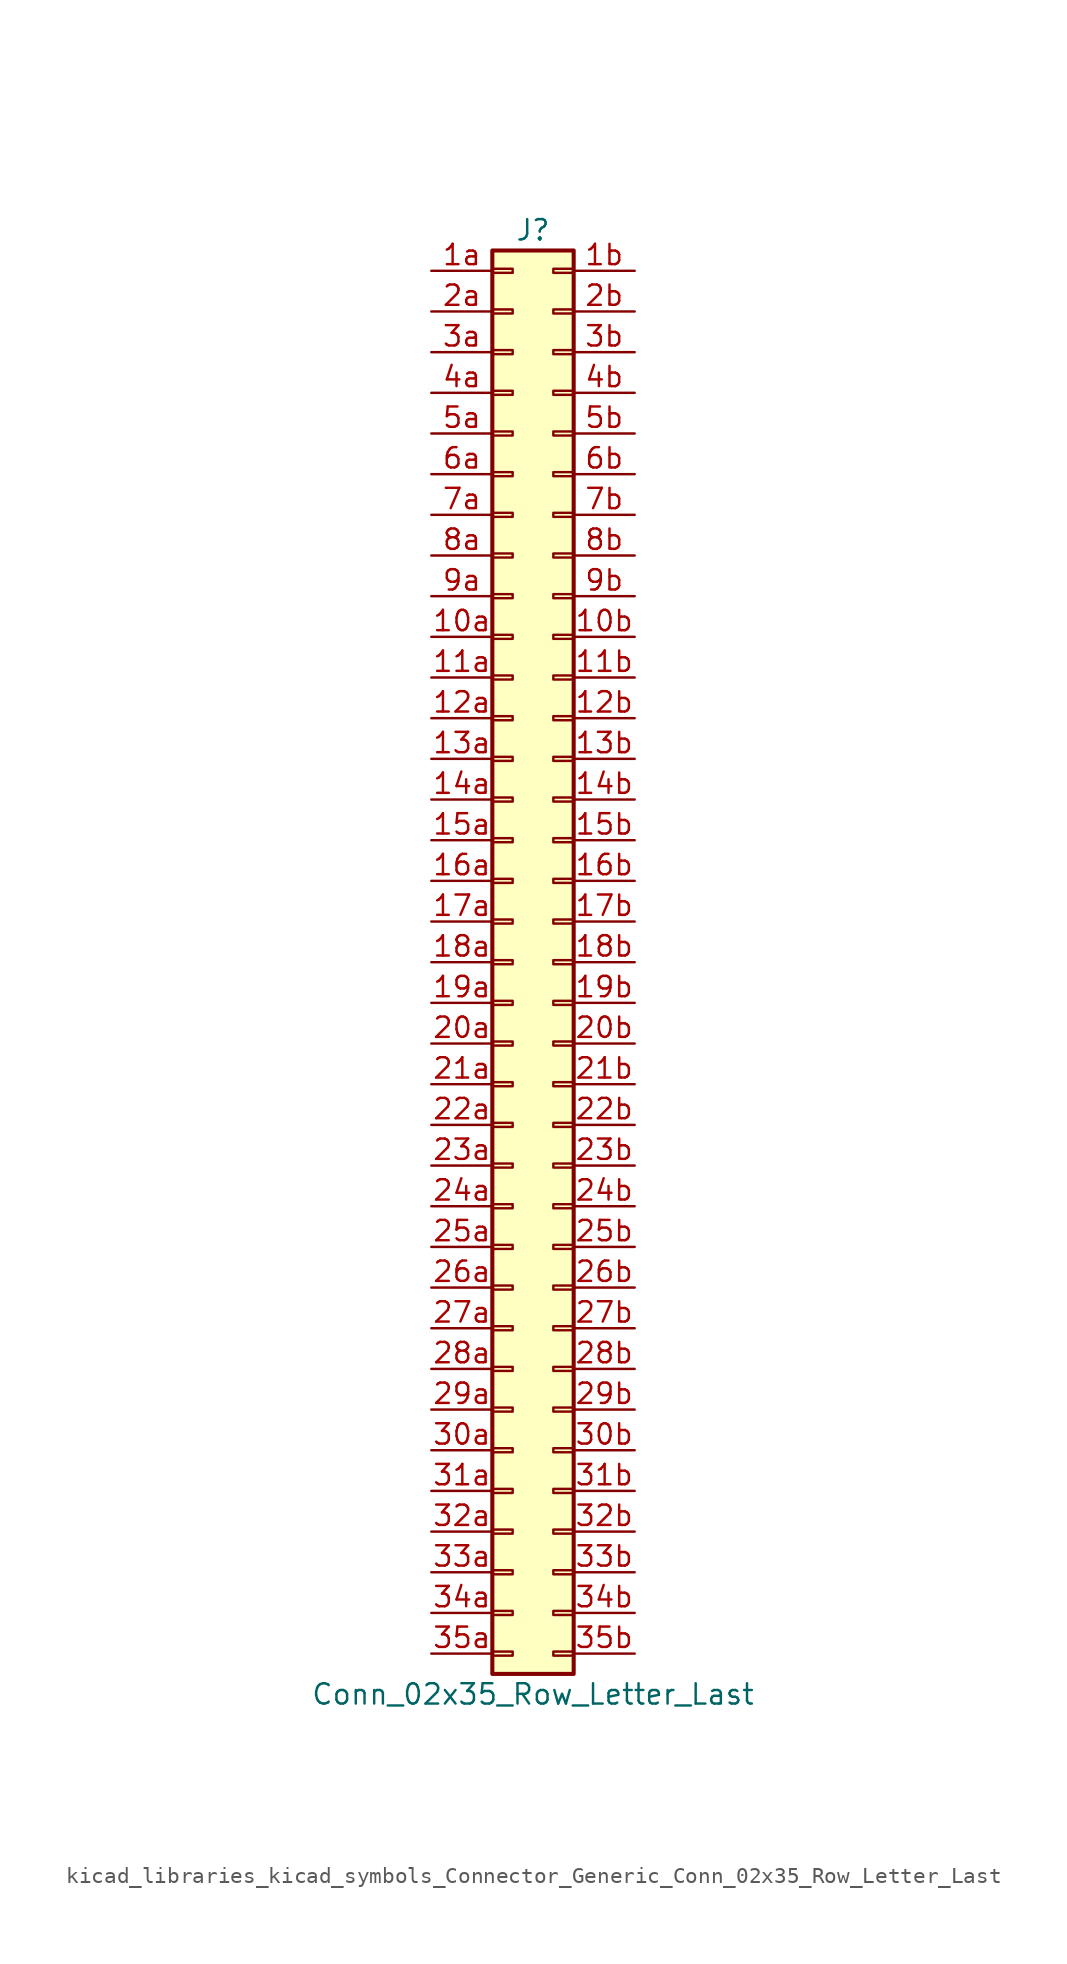
<source format=kicad_sym>
(kicad_symbol_lib
  (version 20220914)
  (generator kicad_symbol_editor)
  (symbol "kicad_libraries_kicad_symbols_Connector_Generic_Conn_02x35_Row_Letter_Last"
    (pin_names
      (offset 1.016) hide)
    (property "Reference" "J"
      (at 1.27 45.72 0)
      (effects (font (size 1.27 1.27))))
    (property "Value" "Conn_02x35_Row_Letter_Last"
      (at 1.27 -45.72 0)
      (effects (font (size 1.27 1.27))))
    (symbol "kicad_libraries_kicad_symbols_Connector_Generic_Conn_02x35_Row_Letter_Last_1_1"
      (rectangle (start -1.27 -43.053) (end 0 -43.307) (stroke (width 0.152) (type default)) (fill (type none)))
      (rectangle (start -1.27 -40.513) (end 0 -40.767) (stroke (width 0.152) (type default)) (fill (type none)))
      (rectangle (start -1.27 -37.973) (end 0 -38.227) (stroke (width 0.152) (type default)) (fill (type none)))
      (rectangle (start -1.27 -35.433) (end 0 -35.687) (stroke (width 0.152) (type default)) (fill (type none)))
      (rectangle (start -1.27 -32.893) (end 0 -33.147) (stroke (width 0.152) (type default)) (fill (type none)))
      (rectangle (start -1.27 -30.353) (end 0 -30.607) (stroke (width 0.152) (type default)) (fill (type none)))
      (rectangle (start -1.27 -27.813) (end 0 -28.067) (stroke (width 0.152) (type default)) (fill (type none)))
      (rectangle (start -1.27 -25.273) (end 0 -25.527) (stroke (width 0.152) (type default)) (fill (type none)))
      (rectangle (start -1.27 -22.733) (end 0 -22.987) (stroke (width 0.152) (type default)) (fill (type none)))
      (rectangle (start -1.27 -20.193) (end 0 -20.447) (stroke (width 0.152) (type default)) (fill (type none)))
      (rectangle (start -1.27 -17.653) (end 0 -17.907) (stroke (width 0.152) (type default)) (fill (type none)))
      (rectangle (start -1.27 -15.113) (end 0 -15.367) (stroke (width 0.152) (type default)) (fill (type none)))
      (rectangle (start -1.27 -12.573) (end 0 -12.827) (stroke (width 0.152) (type default)) (fill (type none)))
      (rectangle (start -1.27 -10.033) (end 0 -10.287) (stroke (width 0.152) (type default)) (fill (type none)))
      (rectangle (start -1.27 -7.493) (end 0 -7.747) (stroke (width 0.152) (type default)) (fill (type none)))
      (rectangle (start -1.27 -4.953) (end 0 -5.207) (stroke (width 0.152) (type default)) (fill (type none)))
      (rectangle (start -1.27 -2.413) (end 0 -2.667) (stroke (width 0.152) (type default)) (fill (type none)))
      (rectangle (start -1.27 0.127) (end 0 -0.127) (stroke (width 0.152) (type default)) (fill (type none)))
      (rectangle (start -1.27 2.667) (end 0 2.413) (stroke (width 0.152) (type default)) (fill (type none)))
      (rectangle (start -1.27 5.207) (end 0 4.953) (stroke (width 0.152) (type default)) (fill (type none)))
      (rectangle (start -1.27 7.747) (end 0 7.493) (stroke (width 0.152) (type default)) (fill (type none)))
      (rectangle (start -1.27 10.287) (end 0 10.033) (stroke (width 0.152) (type default)) (fill (type none)))
      (rectangle (start -1.27 12.827) (end 0 12.573) (stroke (width 0.152) (type default)) (fill (type none)))
      (rectangle (start -1.27 15.367) (end 0 15.113) (stroke (width 0.152) (type default)) (fill (type none)))
      (rectangle (start -1.27 17.907) (end 0 17.653) (stroke (width 0.152) (type default)) (fill (type none)))
      (rectangle (start -1.27 20.447) (end 0 20.193) (stroke (width 0.152) (type default)) (fill (type none)))
      (rectangle (start -1.27 22.987) (end 0 22.733) (stroke (width 0.152) (type default)) (fill (type none)))
      (rectangle (start -1.27 25.527) (end 0 25.273) (stroke (width 0.152) (type default)) (fill (type none)))
      (rectangle (start -1.27 28.067) (end 0 27.813) (stroke (width 0.152) (type default)) (fill (type none)))
      (rectangle (start -1.27 30.607) (end 0 30.353) (stroke (width 0.152) (type default)) (fill (type none)))
      (rectangle (start -1.27 33.147) (end 0 32.893) (stroke (width 0.152) (type default)) (fill (type none)))
      (rectangle (start -1.27 35.687) (end 0 35.433) (stroke (width 0.152) (type default)) (fill (type none)))
      (rectangle (start -1.27 38.227) (end 0 37.973) (stroke (width 0.152) (type default)) (fill (type none)))
      (rectangle (start -1.27 40.767) (end 0 40.513) (stroke (width 0.152) (type default)) (fill (type none)))
      (rectangle (start -1.27 43.307) (end 0 43.053) (stroke (width 0.152) (type default)) (fill (type none)))
      (rectangle (start -1.27 44.45) (end 3.81 -44.45) (stroke (width 0.254) (type default)) (fill (type background)))
      (rectangle (start 3.81 -43.053) (end 2.54 -43.307) (stroke (width 0.152) (type default)) (fill (type none)))
      (rectangle (start 3.81 -40.513) (end 2.54 -40.767) (stroke (width 0.152) (type default)) (fill (type none)))
      (rectangle (start 3.81 -37.973) (end 2.54 -38.227) (stroke (width 0.152) (type default)) (fill (type none)))
      (rectangle (start 3.81 -35.433) (end 2.54 -35.687) (stroke (width 0.152) (type default)) (fill (type none)))
      (rectangle (start 3.81 -32.893) (end 2.54 -33.147) (stroke (width 0.152) (type default)) (fill (type none)))
      (rectangle (start 3.81 -30.353) (end 2.54 -30.607) (stroke (width 0.152) (type default)) (fill (type none)))
      (rectangle (start 3.81 -27.813) (end 2.54 -28.067) (stroke (width 0.152) (type default)) (fill (type none)))
      (rectangle (start 3.81 -25.273) (end 2.54 -25.527) (stroke (width 0.152) (type default)) (fill (type none)))
      (rectangle (start 3.81 -22.733) (end 2.54 -22.987) (stroke (width 0.152) (type default)) (fill (type none)))
      (rectangle (start 3.81 -20.193) (end 2.54 -20.447) (stroke (width 0.152) (type default)) (fill (type none)))
      (rectangle (start 3.81 -17.653) (end 2.54 -17.907) (stroke (width 0.152) (type default)) (fill (type none)))
      (rectangle (start 3.81 -15.113) (end 2.54 -15.367) (stroke (width 0.152) (type default)) (fill (type none)))
      (rectangle (start 3.81 -12.573) (end 2.54 -12.827) (stroke (width 0.152) (type default)) (fill (type none)))
      (rectangle (start 3.81 -10.033) (end 2.54 -10.287) (stroke (width 0.152) (type default)) (fill (type none)))
      (rectangle (start 3.81 -7.493) (end 2.54 -7.747) (stroke (width 0.152) (type default)) (fill (type none)))
      (rectangle (start 3.81 -4.953) (end 2.54 -5.207) (stroke (width 0.152) (type default)) (fill (type none)))
      (rectangle (start 3.81 -2.413) (end 2.54 -2.667) (stroke (width 0.152) (type default)) (fill (type none)))
      (rectangle (start 3.81 0.127) (end 2.54 -0.127) (stroke (width 0.152) (type default)) (fill (type none)))
      (rectangle (start 3.81 2.667) (end 2.54 2.413) (stroke (width 0.152) (type default)) (fill (type none)))
      (rectangle (start 3.81 5.207) (end 2.54 4.953) (stroke (width 0.152) (type default)) (fill (type none)))
      (rectangle (start 3.81 7.747) (end 2.54 7.493) (stroke (width 0.152) (type default)) (fill (type none)))
      (rectangle (start 3.81 10.287) (end 2.54 10.033) (stroke (width 0.152) (type default)) (fill (type none)))
      (rectangle (start 3.81 12.827) (end 2.54 12.573) (stroke (width 0.152) (type default)) (fill (type none)))
      (rectangle (start 3.81 15.367) (end 2.54 15.113) (stroke (width 0.152) (type default)) (fill (type none)))
      (rectangle (start 3.81 17.907) (end 2.54 17.653) (stroke (width 0.152) (type default)) (fill (type none)))
      (rectangle (start 3.81 20.447) (end 2.54 20.193) (stroke (width 0.152) (type default)) (fill (type none)))
      (rectangle (start 3.81 22.987) (end 2.54 22.733) (stroke (width 0.152) (type default)) (fill (type none)))
      (rectangle (start 3.81 25.527) (end 2.54 25.273) (stroke (width 0.152) (type default)) (fill (type none)))
      (rectangle (start 3.81 28.067) (end 2.54 27.813) (stroke (width 0.152) (type default)) (fill (type none)))
      (rectangle (start 3.81 30.607) (end 2.54 30.353) (stroke (width 0.152) (type default)) (fill (type none)))
      (rectangle (start 3.81 33.147) (end 2.54 32.893) (stroke (width 0.152) (type default)) (fill (type none)))
      (rectangle (start 3.81 35.687) (end 2.54 35.433) (stroke (width 0.152) (type default)) (fill (type none)))
      (rectangle (start 3.81 38.227) (end 2.54 37.973) (stroke (width 0.152) (type default)) (fill (type none)))
      (rectangle (start 3.81 40.767) (end 2.54 40.513) (stroke (width 0.152) (type default)) (fill (type none)))
      (rectangle (start 3.81 43.307) (end 2.54 43.053) (stroke (width 0.152) (type default)) (fill (type none)))
      (pin passive line (at -5.08 20.32 0) (length 3.81) (name "Pin_10a" (effects (font (size 1.27 1.27)))) (number "10a" (effects (font (size 1.27 1.27)))))
      (pin passive line (at 7.62 20.32 180) (length 3.81) (name "Pin_10b" (effects (font (size 1.27 1.27)))) (number "10b" (effects (font (size 1.27 1.27)))))
      (pin passive line (at -5.08 17.78 0) (length 3.81) (name "Pin_11a" (effects (font (size 1.27 1.27)))) (number "11a" (effects (font (size 1.27 1.27)))))
      (pin passive line (at 7.62 17.78 180) (length 3.81) (name "Pin_11b" (effects (font (size 1.27 1.27)))) (number "11b" (effects (font (size 1.27 1.27)))))
      (pin passive line (at -5.08 15.24 0) (length 3.81) (name "Pin_12a" (effects (font (size 1.27 1.27)))) (number "12a" (effects (font (size 1.27 1.27)))))
      (pin passive line (at 7.62 15.24 180) (length 3.81) (name "Pin_12b" (effects (font (size 1.27 1.27)))) (number "12b" (effects (font (size 1.27 1.27)))))
      (pin passive line (at -5.08 12.7 0) (length 3.81) (name "Pin_13a" (effects (font (size 1.27 1.27)))) (number "13a" (effects (font (size 1.27 1.27)))))
      (pin passive line (at 7.62 12.7 180) (length 3.81) (name "Pin_13b" (effects (font (size 1.27 1.27)))) (number "13b" (effects (font (size 1.27 1.27)))))
      (pin passive line (at -5.08 10.16 0) (length 3.81) (name "Pin_14a" (effects (font (size 1.27 1.27)))) (number "14a" (effects (font (size 1.27 1.27)))))
      (pin passive line (at 7.62 10.16 180) (length 3.81) (name "Pin_14b" (effects (font (size 1.27 1.27)))) (number "14b" (effects (font (size 1.27 1.27)))))
      (pin passive line (at -5.08 7.62 0) (length 3.81) (name "Pin_15a" (effects (font (size 1.27 1.27)))) (number "15a" (effects (font (size 1.27 1.27)))))
      (pin passive line (at 7.62 7.62 180) (length 3.81) (name "Pin_15b" (effects (font (size 1.27 1.27)))) (number "15b" (effects (font (size 1.27 1.27)))))
      (pin passive line (at -5.08 5.08 0) (length 3.81) (name "Pin_16a" (effects (font (size 1.27 1.27)))) (number "16a" (effects (font (size 1.27 1.27)))))
      (pin passive line (at 7.62 5.08 180) (length 3.81) (name "Pin_16b" (effects (font (size 1.27 1.27)))) (number "16b" (effects (font (size 1.27 1.27)))))
      (pin passive line (at -5.08 2.54 0) (length 3.81) (name "Pin_17a" (effects (font (size 1.27 1.27)))) (number "17a" (effects (font (size 1.27 1.27)))))
      (pin passive line (at 7.62 2.54 180) (length 3.81) (name "Pin_17b" (effects (font (size 1.27 1.27)))) (number "17b" (effects (font (size 1.27 1.27)))))
      (pin passive line (at -5.08 0 0) (length 3.81) (name "Pin_18a" (effects (font (size 1.27 1.27)))) (number "18a" (effects (font (size 1.27 1.27)))))
      (pin passive line (at 7.62 0 180) (length 3.81) (name "Pin_18b" (effects (font (size 1.27 1.27)))) (number "18b" (effects (font (size 1.27 1.27)))))
      (pin passive line (at -5.08 -2.54 0) (length 3.81) (name "Pin_19a" (effects (font (size 1.27 1.27)))) (number "19a" (effects (font (size 1.27 1.27)))))
      (pin passive line (at 7.62 -2.54 180) (length 3.81) (name "Pin_19b" (effects (font (size 1.27 1.27)))) (number "19b" (effects (font (size 1.27 1.27)))))
      (pin passive line (at -5.08 43.18 0) (length 3.81) (name "Pin_1a" (effects (font (size 1.27 1.27)))) (number "1a" (effects (font (size 1.27 1.27)))))
      (pin passive line (at 7.62 43.18 180) (length 3.81) (name "Pin_1b" (effects (font (size 1.27 1.27)))) (number "1b" (effects (font (size 1.27 1.27)))))
      (pin passive line (at -5.08 -5.08 0) (length 3.81) (name "Pin_20a" (effects (font (size 1.27 1.27)))) (number "20a" (effects (font (size 1.27 1.27)))))
      (pin passive line (at 7.62 -5.08 180) (length 3.81) (name "Pin_20b" (effects (font (size 1.27 1.27)))) (number "20b" (effects (font (size 1.27 1.27)))))
      (pin passive line (at -5.08 -7.62 0) (length 3.81) (name "Pin_21a" (effects (font (size 1.27 1.27)))) (number "21a" (effects (font (size 1.27 1.27)))))
      (pin passive line (at 7.62 -7.62 180) (length 3.81) (name "Pin_21b" (effects (font (size 1.27 1.27)))) (number "21b" (effects (font (size 1.27 1.27)))))
      (pin passive line (at -5.08 -10.16 0) (length 3.81) (name "Pin_22a" (effects (font (size 1.27 1.27)))) (number "22a" (effects (font (size 1.27 1.27)))))
      (pin passive line (at 7.62 -10.16 180) (length 3.81) (name "Pin_22b" (effects (font (size 1.27 1.27)))) (number "22b" (effects (font (size 1.27 1.27)))))
      (pin passive line (at -5.08 -12.7 0) (length 3.81) (name "Pin_23a" (effects (font (size 1.27 1.27)))) (number "23a" (effects (font (size 1.27 1.27)))))
      (pin passive line (at 7.62 -12.7 180) (length 3.81) (name "Pin_23b" (effects (font (size 1.27 1.27)))) (number "23b" (effects (font (size 1.27 1.27)))))
      (pin passive line (at -5.08 -15.24 0) (length 3.81) (name "Pin_24a" (effects (font (size 1.27 1.27)))) (number "24a" (effects (font (size 1.27 1.27)))))
      (pin passive line (at 7.62 -15.24 180) (length 3.81) (name "Pin_24b" (effects (font (size 1.27 1.27)))) (number "24b" (effects (font (size 1.27 1.27)))))
      (pin passive line (at -5.08 -17.78 0) (length 3.81) (name "Pin_25a" (effects (font (size 1.27 1.27)))) (number "25a" (effects (font (size 1.27 1.27)))))
      (pin passive line (at 7.62 -17.78 180) (length 3.81) (name "Pin_25b" (effects (font (size 1.27 1.27)))) (number "25b" (effects (font (size 1.27 1.27)))))
      (pin passive line (at -5.08 -20.32 0) (length 3.81) (name "Pin_26a" (effects (font (size 1.27 1.27)))) (number "26a" (effects (font (size 1.27 1.27)))))
      (pin passive line (at 7.62 -20.32 180) (length 3.81) (name "Pin_26b" (effects (font (size 1.27 1.27)))) (number "26b" (effects (font (size 1.27 1.27)))))
      (pin passive line (at -5.08 -22.86 0) (length 3.81) (name "Pin_27a" (effects (font (size 1.27 1.27)))) (number "27a" (effects (font (size 1.27 1.27)))))
      (pin passive line (at 7.62 -22.86 180) (length 3.81) (name "Pin_27b" (effects (font (size 1.27 1.27)))) (number "27b" (effects (font (size 1.27 1.27)))))
      (pin passive line (at -5.08 -25.4 0) (length 3.81) (name "Pin_28a" (effects (font (size 1.27 1.27)))) (number "28a" (effects (font (size 1.27 1.27)))))
      (pin passive line (at 7.62 -25.4 180) (length 3.81) (name "Pin_28b" (effects (font (size 1.27 1.27)))) (number "28b" (effects (font (size 1.27 1.27)))))
      (pin passive line (at -5.08 -27.94 0) (length 3.81) (name "Pin_29a" (effects (font (size 1.27 1.27)))) (number "29a" (effects (font (size 1.27 1.27)))))
      (pin passive line (at 7.62 -27.94 180) (length 3.81) (name "Pin_29b" (effects (font (size 1.27 1.27)))) (number "29b" (effects (font (size 1.27 1.27)))))
      (pin passive line (at -5.08 40.64 0) (length 3.81) (name "Pin_2a" (effects (font (size 1.27 1.27)))) (number "2a" (effects (font (size 1.27 1.27)))))
      (pin passive line (at 7.62 40.64 180) (length 3.81) (name "Pin_2b" (effects (font (size 1.27 1.27)))) (number "2b" (effects (font (size 1.27 1.27)))))
      (pin passive line (at -5.08 -30.48 0) (length 3.81) (name "Pin_30a" (effects (font (size 1.27 1.27)))) (number "30a" (effects (font (size 1.27 1.27)))))
      (pin passive line (at 7.62 -30.48 180) (length 3.81) (name "Pin_30b" (effects (font (size 1.27 1.27)))) (number "30b" (effects (font (size 1.27 1.27)))))
      (pin passive line (at -5.08 -33.02 0) (length 3.81) (name "Pin_31a" (effects (font (size 1.27 1.27)))) (number "31a" (effects (font (size 1.27 1.27)))))
      (pin passive line (at 7.62 -33.02 180) (length 3.81) (name "Pin_31b" (effects (font (size 1.27 1.27)))) (number "31b" (effects (font (size 1.27 1.27)))))
      (pin passive line (at -5.08 -35.56 0) (length 3.81) (name "Pin_32a" (effects (font (size 1.27 1.27)))) (number "32a" (effects (font (size 1.27 1.27)))))
      (pin passive line (at 7.62 -35.56 180) (length 3.81) (name "Pin_32b" (effects (font (size 1.27 1.27)))) (number "32b" (effects (font (size 1.27 1.27)))))
      (pin passive line (at -5.08 -38.1 0) (length 3.81) (name "Pin_33a" (effects (font (size 1.27 1.27)))) (number "33a" (effects (font (size 1.27 1.27)))))
      (pin passive line (at 7.62 -38.1 180) (length 3.81) (name "Pin_33b" (effects (font (size 1.27 1.27)))) (number "33b" (effects (font (size 1.27 1.27)))))
      (pin passive line (at -5.08 -40.64 0) (length 3.81) (name "Pin_34a" (effects (font (size 1.27 1.27)))) (number "34a" (effects (font (size 1.27 1.27)))))
      (pin passive line (at 7.62 -40.64 180) (length 3.81) (name "Pin_34b" (effects (font (size 1.27 1.27)))) (number "34b" (effects (font (size 1.27 1.27)))))
      (pin passive line (at -5.08 -43.18 0) (length 3.81) (name "Pin_35a" (effects (font (size 1.27 1.27)))) (number "35a" (effects (font (size 1.27 1.27)))))
      (pin passive line (at 7.62 -43.18 180) (length 3.81) (name "Pin_35b" (effects (font (size 1.27 1.27)))) (number "35b" (effects (font (size 1.27 1.27)))))
      (pin passive line (at -5.08 38.1 0) (length 3.81) (name "Pin_3a" (effects (font (size 1.27 1.27)))) (number "3a" (effects (font (size 1.27 1.27)))))
      (pin passive line (at 7.62 38.1 180) (length 3.81) (name "Pin_3b" (effects (font (size 1.27 1.27)))) (number "3b" (effects (font (size 1.27 1.27)))))
      (pin passive line (at -5.08 35.56 0) (length 3.81) (name "Pin_4a" (effects (font (size 1.27 1.27)))) (number "4a" (effects (font (size 1.27 1.27)))))
      (pin passive line (at 7.62 35.56 180) (length 3.81) (name "Pin_4b" (effects (font (size 1.27 1.27)))) (number "4b" (effects (font (size 1.27 1.27)))))
      (pin passive line (at -5.08 33.02 0) (length 3.81) (name "Pin_5a" (effects (font (size 1.27 1.27)))) (number "5a" (effects (font (size 1.27 1.27)))))
      (pin passive line (at 7.62 33.02 180) (length 3.81) (name "Pin_5b" (effects (font (size 1.27 1.27)))) (number "5b" (effects (font (size 1.27 1.27)))))
      (pin passive line (at -5.08 30.48 0) (length 3.81) (name "Pin_6a" (effects (font (size 1.27 1.27)))) (number "6a" (effects (font (size 1.27 1.27)))))
      (pin passive line (at 7.62 30.48 180) (length 3.81) (name "Pin_6b" (effects (font (size 1.27 1.27)))) (number "6b" (effects (font (size 1.27 1.27)))))
      (pin passive line (at -5.08 27.94 0) (length 3.81) (name "Pin_7a" (effects (font (size 1.27 1.27)))) (number "7a" (effects (font (size 1.27 1.27)))))
      (pin passive line (at 7.62 27.94 180) (length 3.81) (name "Pin_7b" (effects (font (size 1.27 1.27)))) (number "7b" (effects (font (size 1.27 1.27)))))
      (pin passive line (at -5.08 25.4 0) (length 3.81) (name "Pin_8a" (effects (font (size 1.27 1.27)))) (number "8a" (effects (font (size 1.27 1.27)))))
      (pin passive line (at 7.62 25.4 180) (length 3.81) (name "Pin_8b" (effects (font (size 1.27 1.27)))) (number "8b" (effects (font (size 1.27 1.27)))))
      (pin passive line (at -5.08 22.86 0) (length 3.81) (name "Pin_9a" (effects (font (size 1.27 1.27)))) (number "9a" (effects (font (size 1.27 1.27)))))
      (pin passive line (at 7.62 22.86 180) (length 3.81) (name "Pin_9b" (effects (font (size 1.27 1.27)))) (number "9b" (effects (font (size 1.27 1.27))))))))
</source>
